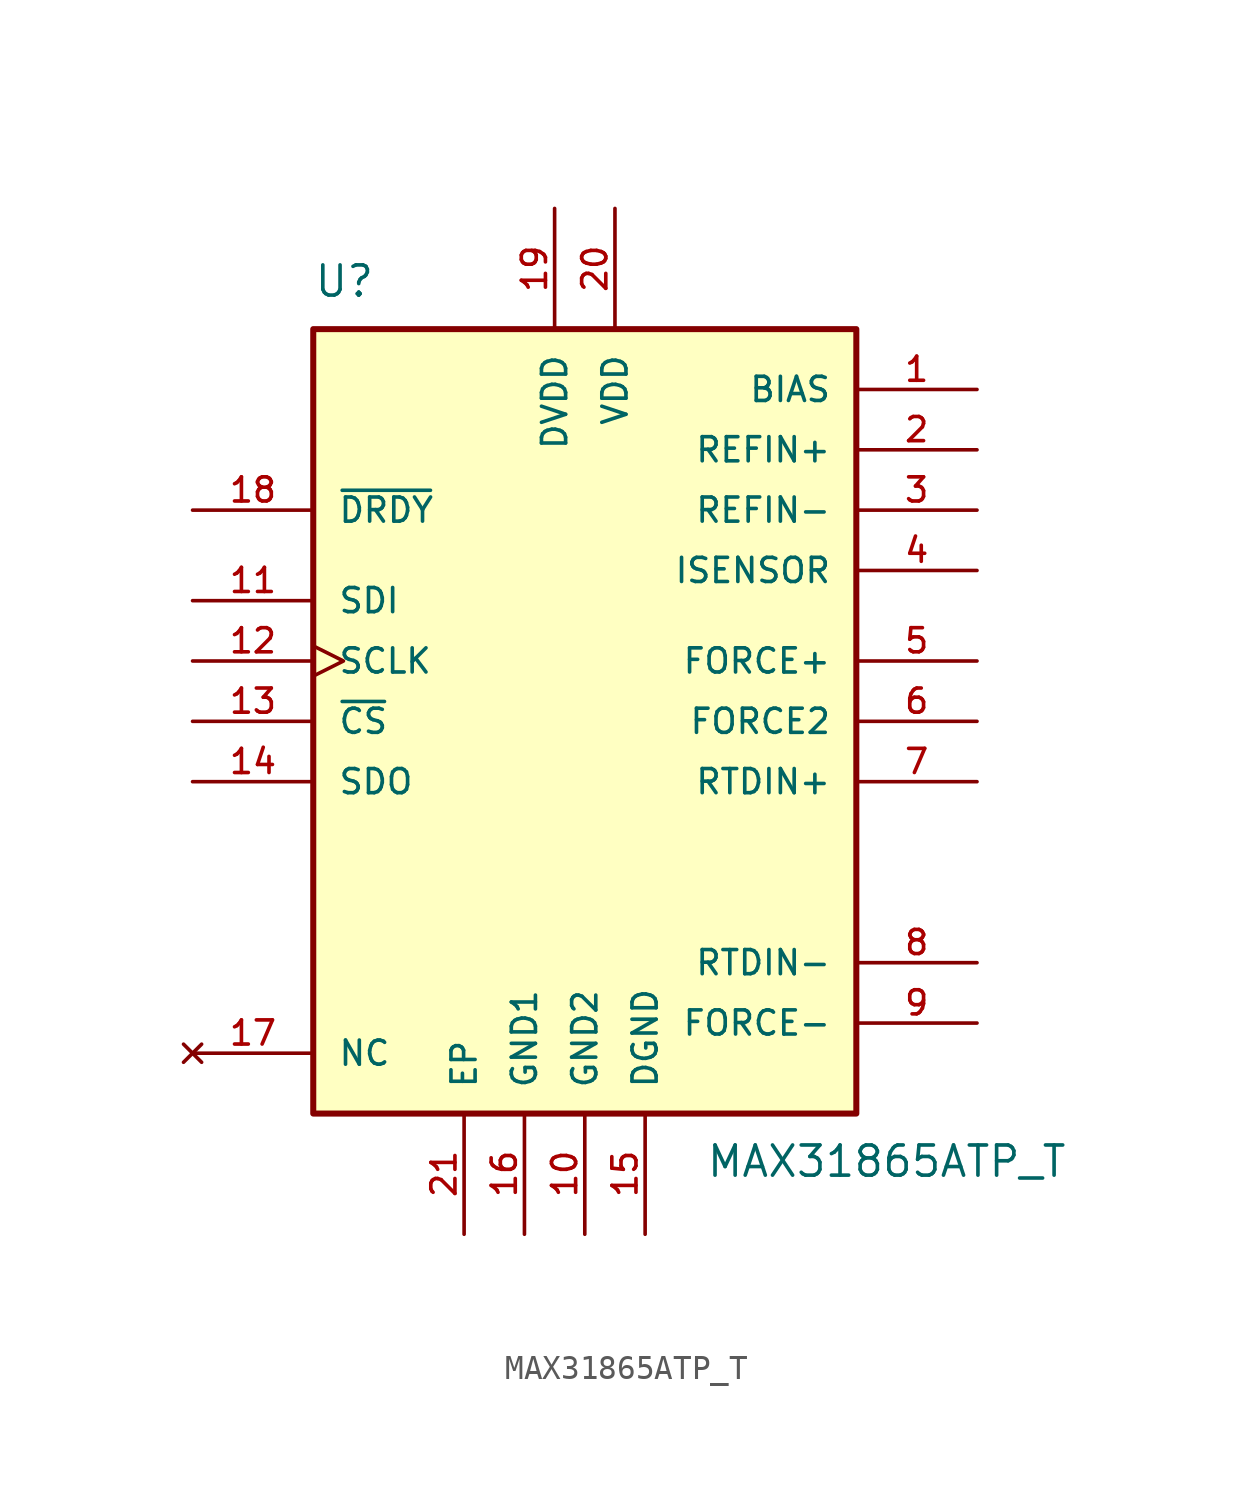
<source format=kicad_sym>
(kicad_symbol_lib
  (version 20211014)
  (generator kicad_symbol_editor)
  (symbol "MAX31865ATP_T"
    (pin_names
      (offset 1.016))
    (property "Reference" "U"
      (at -11.43 7.62 0)
      (effects (font (size 1.27 1.27)) (justify left bottom)))
    (property "Value" "MAX31865ATP_T"
      (at 5.08 -27.94 0)
      (effects (font (size 1.27 1.27)) (justify left top)))
    (symbol "MAX31865ATP_T_0_0"
      (rectangle (start -11.43 6.35) (end 11.43 -26.67) (stroke (width 0.254) (type default) (color 0 0 0 0)) (fill (type background)))
      (pin output line (at 16.51 3.81 180) (length 5.08) (name "BIAS" (effects (font (size 1.016 1.016)))) (number "1" (effects (font (size 1.016 1.016)))))
      (pin power_in line (at 0 -31.75 90) (length 5.08) (name "GND2" (effects (font (size 1.016 1.016)))) (number "10" (effects (font (size 1.016 1.016)))))
      (pin input line (at -16.51 -5.08 0) (length 5.08) (name "SDI" (effects (font (size 1.016 1.016)))) (number "11" (effects (font (size 1.016 1.016)))))
      (pin input clock (at -16.51 -7.62 0) (length 5.08) (name "SCLK" (effects (font (size 1.016 1.016)))) (number "12" (effects (font (size 1.016 1.016)))))
      (pin input line (at -16.51 -10.16 0) (length 5.08) (name "~{CS}" (effects (font (size 1.016 1.016)))) (number "13" (effects (font (size 1.016 1.016)))))
      (pin output line (at -16.51 -12.7 0) (length 5.08) (name "SDO" (effects (font (size 1.016 1.016)))) (number "14" (effects (font (size 1.016 1.016)))))
      (pin power_in line (at 2.54 -31.75 90) (length 5.08) (name "DGND" (effects (font (size 1.016 1.016)))) (number "15" (effects (font (size 1.016 1.016)))))
      (pin power_in line (at -2.54 -31.75 90) (length 5.08) (name "GND1" (effects (font (size 1.016 1.016)))) (number "16" (effects (font (size 1.016 1.016)))))
      (pin no_connect line (at -16.51 -24.13 0) (length 5.08) (name "NC" (effects (font (size 1.016 1.016)))) (number "17" (effects (font (size 1.016 1.016)))))
      (pin output line (at -16.51 -1.27 0) (length 5.08) (name "~{DRDY}" (effects (font (size 1.016 1.016)))) (number "18" (effects (font (size 1.016 1.016)))))
      (pin power_in line (at -1.27 11.43 270) (length 5.08) (name "DVDD" (effects (font (size 1.016 1.016)))) (number "19" (effects (font (size 1.016 1.016)))))
      (pin input line (at 16.51 1.27 180) (length 5.08) (name "REFIN+" (effects (font (size 1.016 1.016)))) (number "2" (effects (font (size 1.016 1.016)))))
      (pin power_in line (at 1.27 11.43 270) (length 5.08) (name "VDD" (effects (font (size 1.016 1.016)))) (number "20" (effects (font (size 1.016 1.016)))))
      (pin power_in line (at -5.08 -31.75 90) (length 5.08) (name "EP" (effects (font (size 1.016 1.016)))) (number "21" (effects (font (size 1.016 1.016)))))
      (pin input line (at 16.51 -1.27 180) (length 5.08) (name "REFIN-" (effects (font (size 1.016 1.016)))) (number "3" (effects (font (size 1.016 1.016)))))
      (pin input line (at 16.51 -3.81 180) (length 5.08) (name "ISENSOR" (effects (font (size 1.016 1.016)))) (number "4" (effects (font (size 1.016 1.016)))))
      (pin output line (at 16.51 -7.62 180) (length 5.08) (name "FORCE+" (effects (font (size 1.016 1.016)))) (number "5" (effects (font (size 1.016 1.016)))))
      (pin input line (at 16.51 -10.16 180) (length 5.08) (name "FORCE2" (effects (font (size 1.016 1.016)))) (number "6" (effects (font (size 1.016 1.016)))))
      (pin input line (at 16.51 -12.7 180) (length 5.08) (name "RTDIN+" (effects (font (size 1.016 1.016)))) (number "7" (effects (font (size 1.016 1.016)))))
      (pin input line (at 16.51 -20.32 180) (length 5.08) (name "RTDIN-" (effects (font (size 1.016 1.016)))) (number "8" (effects (font (size 1.016 1.016)))))
      (pin input line (at 16.51 -22.86 180) (length 5.08) (name "FORCE-" (effects (font (size 1.016 1.016)))) (number "9" (effects (font (size 1.016 1.016))))))))
</source>
